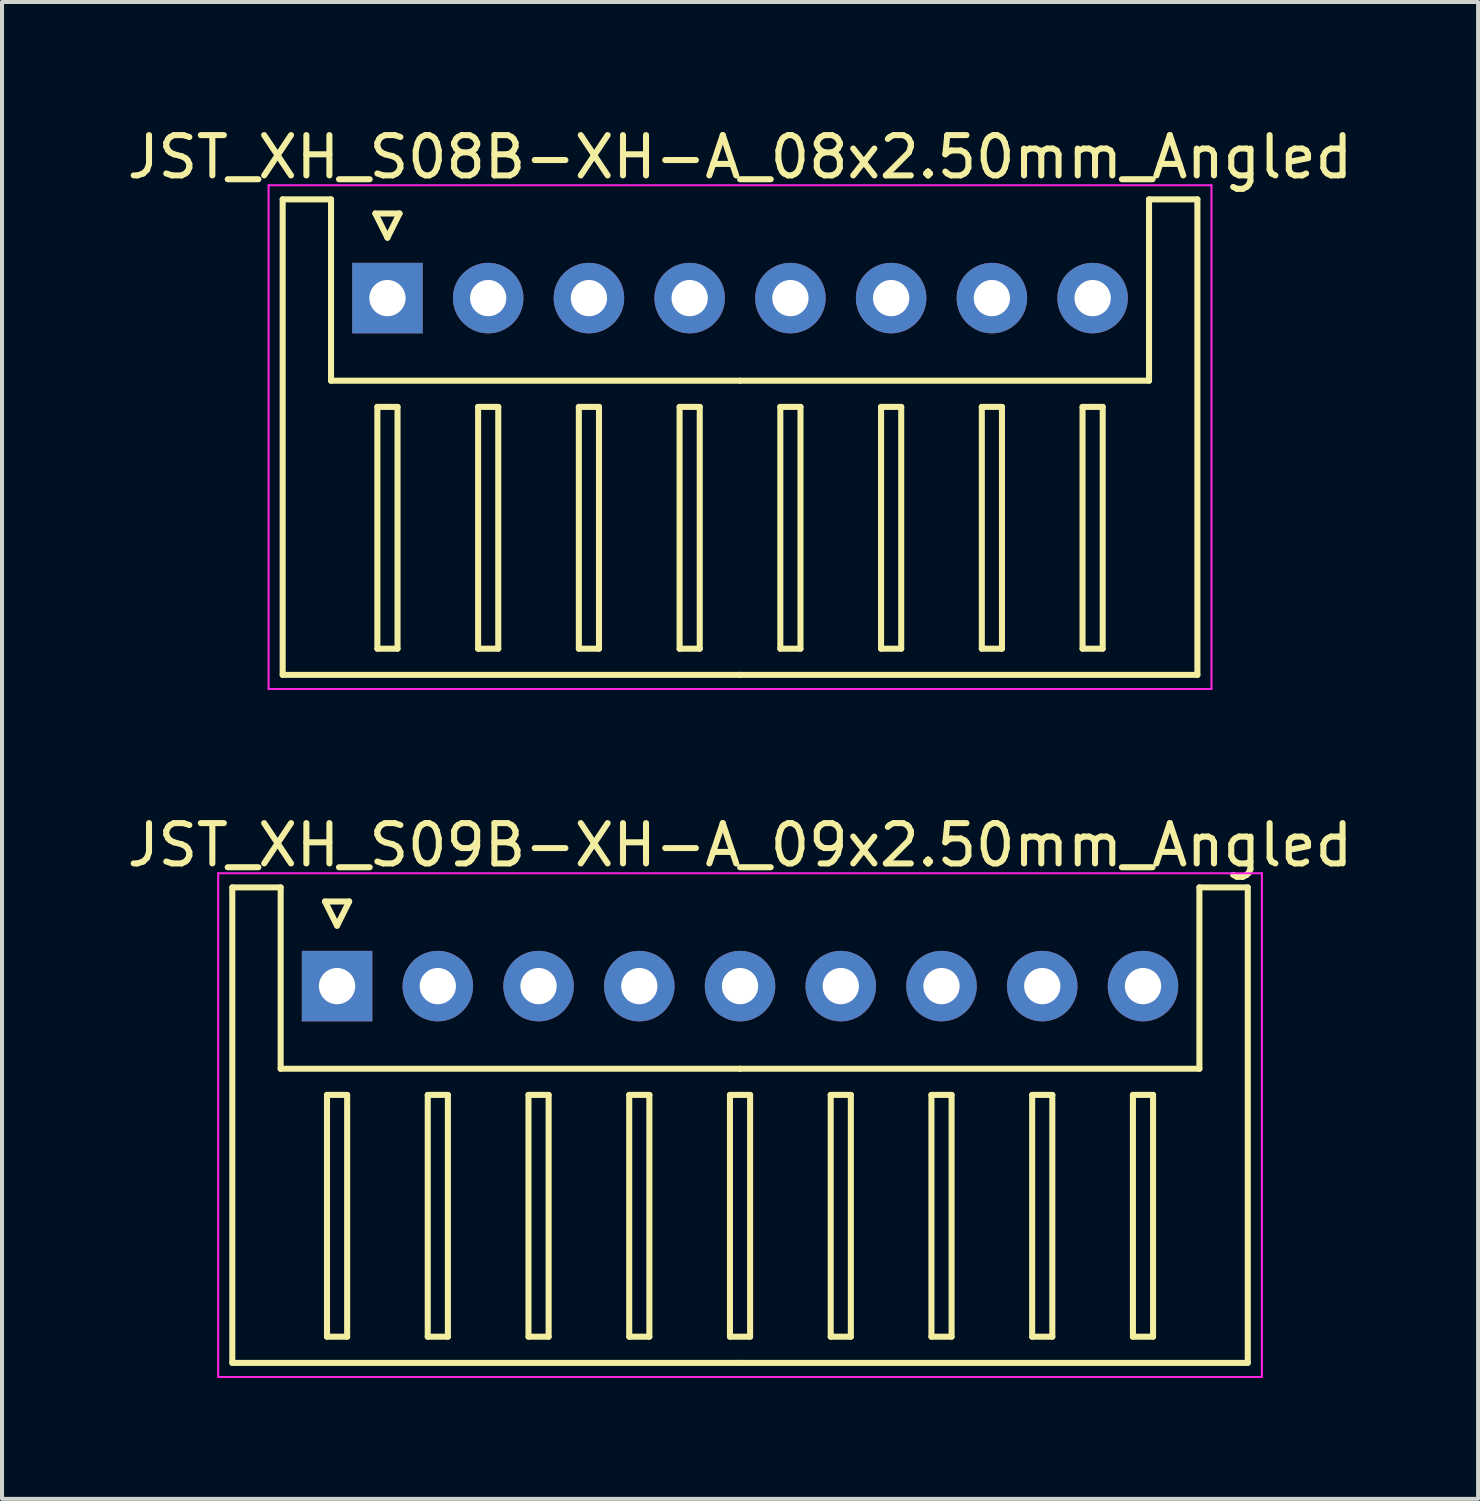
<source format=kicad_pcb>
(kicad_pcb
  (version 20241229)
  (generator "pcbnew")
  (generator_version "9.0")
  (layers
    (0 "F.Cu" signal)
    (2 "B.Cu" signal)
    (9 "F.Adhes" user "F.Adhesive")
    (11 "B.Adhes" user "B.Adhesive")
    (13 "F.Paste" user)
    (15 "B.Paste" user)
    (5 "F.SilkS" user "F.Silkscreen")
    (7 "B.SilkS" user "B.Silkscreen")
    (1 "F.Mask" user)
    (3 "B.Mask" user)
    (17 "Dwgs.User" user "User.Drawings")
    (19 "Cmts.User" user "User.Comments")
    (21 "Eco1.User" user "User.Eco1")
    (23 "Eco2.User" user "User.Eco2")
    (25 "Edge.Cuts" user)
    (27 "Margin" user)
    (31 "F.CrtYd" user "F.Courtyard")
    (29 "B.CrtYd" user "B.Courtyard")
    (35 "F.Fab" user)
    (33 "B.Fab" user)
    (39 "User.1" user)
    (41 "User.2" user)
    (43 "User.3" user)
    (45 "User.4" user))
  (footprint "JST_XH_S09B-XH-A_09x2.50mm_Angled"
    (layer "F.Cu")
    (at 5.315 21.422)
    (property "Reference" "JST_XH_S09B-XH-A_09x2.50mm_Angled" (at 10 -3.5 0) (layer "F.SilkS") (effects (font (size 1 1) (thickness 0.15))))
    (attr through_hole)
    (fp_line (start -2.6 -2.45) (end -1.4 -2.45) (stroke (width 0.15) (type solid)) (layer "F.SilkS"))
    (fp_line (start -2.6 9.35) (end -2.6 -2.45) (stroke (width 0.15) (type solid)) (layer "F.SilkS"))
    (fp_line (start -1.4 -2.45) (end -1.4 2.05) (stroke (width 0.15) (type solid)) (layer "F.SilkS"))
    (fp_line (start -1.4 2.05) (end 10 2.05) (stroke (width 0.15) (type solid)) (layer "F.SilkS"))
    (fp_line (start -0.3 -2.1) (end 0.3 -2.1) (stroke (width 0.15) (type solid)) (layer "F.SilkS"))
    (fp_line (start -0.25 2.7) (end -0.25 8.7) (stroke (width 0.15) (type solid)) (layer "F.SilkS"))
    (fp_line (start -0.25 8.7) (end 0.25 8.7) (stroke (width 0.15) (type solid)) (layer "F.SilkS"))
    (fp_line (start 0 -1.5) (end -0.3 -2.1) (stroke (width 0.15) (type solid)) (layer "F.SilkS"))
    (fp_line (start 0.25 2.7) (end -0.25 2.7) (stroke (width 0.15) (type solid)) (layer "F.SilkS"))
    (fp_line (start 0.25 8.7) (end 0.25 2.7) (stroke (width 0.15) (type solid)) (layer "F.SilkS"))
    (fp_line (start 0.3 -2.1) (end 0 -1.5) (stroke (width 0.15) (type solid)) (layer "F.SilkS"))
    (fp_line (start 2.25 2.7) (end 2.25 8.7) (stroke (width 0.15) (type solid)) (layer "F.SilkS"))
    (fp_line (start 2.25 8.7) (end 2.75 8.7) (stroke (width 0.15) (type solid)) (layer "F.SilkS"))
    (fp_line (start 2.75 2.7) (end 2.25 2.7) (stroke (width 0.15) (type solid)) (layer "F.SilkS"))
    (fp_line (start 2.75 8.7) (end 2.75 2.7) (stroke (width 0.15) (type solid)) (layer "F.SilkS"))
    (fp_line (start 4.75 2.7) (end 4.75 8.7) (stroke (width 0.15) (type solid)) (layer "F.SilkS"))
    (fp_line (start 4.75 8.7) (end 5.25 8.7) (stroke (width 0.15) (type solid)) (layer "F.SilkS"))
    (fp_line (start 5.25 2.7) (end 4.75 2.7) (stroke (width 0.15) (type solid)) (layer "F.SilkS"))
    (fp_line (start 5.25 8.7) (end 5.25 2.7) (stroke (width 0.15) (type solid)) (layer "F.SilkS"))
    (fp_line (start 7.25 2.7) (end 7.25 8.7) (stroke (width 0.15) (type solid)) (layer "F.SilkS"))
    (fp_line (start 7.25 8.7) (end 7.75 8.7) (stroke (width 0.15) (type solid)) (layer "F.SilkS"))
    (fp_line (start 7.75 2.7) (end 7.25 2.7) (stroke (width 0.15) (type solid)) (layer "F.SilkS"))
    (fp_line (start 7.75 8.7) (end 7.75 2.7) (stroke (width 0.15) (type solid)) (layer "F.SilkS"))
    (fp_line (start 9.75 2.7) (end 9.75 8.7) (stroke (width 0.15) (type solid)) (layer "F.SilkS"))
    (fp_line (start 9.75 8.7) (end 10.25 8.7) (stroke (width 0.15) (type solid)) (layer "F.SilkS"))
    (fp_line (start 10 9.35) (end -2.6 9.35) (stroke (width 0.15) (type solid)) (layer "F.SilkS"))
    (fp_line (start 10 9.35) (end 22.6 9.35) (stroke (width 0.15) (type solid)) (layer "F.SilkS"))
    (fp_line (start 10.25 2.7) (end 9.75 2.7) (stroke (width 0.15) (type solid)) (layer "F.SilkS"))
    (fp_line (start 10.25 8.7) (end 10.25 2.7) (stroke (width 0.15) (type solid)) (layer "F.SilkS"))
    (fp_line (start 12.25 2.7) (end 12.25 8.7) (stroke (width 0.15) (type solid)) (layer "F.SilkS"))
    (fp_line (start 12.25 8.7) (end 12.75 8.7) (stroke (width 0.15) (type solid)) (layer "F.SilkS"))
    (fp_line (start 12.75 2.7) (end 12.25 2.7) (stroke (width 0.15) (type solid)) (layer "F.SilkS"))
    (fp_line (start 12.75 8.7) (end 12.75 2.7) (stroke (width 0.15) (type solid)) (layer "F.SilkS"))
    (fp_line (start 14.75 2.7) (end 14.75 8.7) (stroke (width 0.15) (type solid)) (layer "F.SilkS"))
    (fp_line (start 14.75 8.7) (end 15.25 8.7) (stroke (width 0.15) (type solid)) (layer "F.SilkS"))
    (fp_line (start 15.25 2.7) (end 14.75 2.7) (stroke (width 0.15) (type solid)) (layer "F.SilkS"))
    (fp_line (start 15.25 8.7) (end 15.25 2.7) (stroke (width 0.15) (type solid)) (layer "F.SilkS"))
    (fp_line (start 17.25 2.7) (end 17.25 8.7) (stroke (width 0.15) (type solid)) (layer "F.SilkS"))
    (fp_line (start 17.25 8.7) (end 17.75 8.7) (stroke (width 0.15) (type solid)) (layer "F.SilkS"))
    (fp_line (start 17.75 2.7) (end 17.25 2.7) (stroke (width 0.15) (type solid)) (layer "F.SilkS"))
    (fp_line (start 17.75 8.7) (end 17.75 2.7) (stroke (width 0.15) (type solid)) (layer "F.SilkS"))
    (fp_line (start 19.75 2.7) (end 19.75 8.7) (stroke (width 0.15) (type solid)) (layer "F.SilkS"))
    (fp_line (start 19.75 8.7) (end 20.25 8.7) (stroke (width 0.15) (type solid)) (layer "F.SilkS"))
    (fp_line (start 20.25 2.7) (end 19.75 2.7) (stroke (width 0.15) (type solid)) (layer "F.SilkS"))
    (fp_line (start 20.25 8.7) (end 20.25 2.7) (stroke (width 0.15) (type solid)) (layer "F.SilkS"))
    (fp_line (start 21.4 -2.45) (end 21.4 2.05) (stroke (width 0.15) (type solid)) (layer "F.SilkS"))
    (fp_line (start 21.4 2.05) (end 10 2.05) (stroke (width 0.15) (type solid)) (layer "F.SilkS"))
    (fp_line (start 22.6 -2.45) (end 21.4 -2.45) (stroke (width 0.15) (type solid)) (layer "F.SilkS"))
    (fp_line (start 22.6 9.35) (end 22.6 -2.45) (stroke (width 0.15) (type solid)) (layer "F.SilkS"))
    (fp_line (start -2.95 -2.8) (end -2.95 9.7) (stroke (width 0.05) (type solid)) (layer "F.CrtYd"))
    (fp_line (start -2.95 9.7) (end 22.95 9.7) (stroke (width 0.05) (type solid)) (layer "F.CrtYd"))
    (fp_line (start 22.95 -2.8) (end -2.95 -2.8) (stroke (width 0.05) (type solid)) (layer "F.CrtYd"))
    (fp_line (start 22.95 9.7) (end 22.95 -2.8) (stroke (width 0.05) (type solid)) (layer "F.CrtYd"))
    (pad "1" thru_hole rect (at 0 0) (size 1.75 1.75) (drill 0.9) (layers "*.Cu" "*.Mask"))
    (pad "2" thru_hole circle (at 2.5 0) (size 1.75 1.75) (drill 0.9) (layers "*.Cu" "*.Mask"))
    (pad "3" thru_hole circle (at 5 0) (size 1.75 1.75) (drill 0.9) (layers "*.Cu" "*.Mask"))
    (pad "4" thru_hole circle (at 7.5 0) (size 1.75 1.75) (drill 0.9) (layers "*.Cu" "*.Mask"))
    (pad "5" thru_hole circle (at 10 0) (size 1.75 1.75) (drill 0.9) (layers "*.Cu" "*.Mask"))
    (pad "6" thru_hole circle (at 12.5 0) (size 1.75 1.75) (drill 0.9) (layers "*.Cu" "*.Mask"))
    (pad "7" thru_hole circle (at 15 0) (size 1.75 1.75) (drill 0.9) (layers "*.Cu" "*.Mask"))
    (pad "8" thru_hole circle (at 17.5 0) (size 1.75 1.75) (drill 0.9) (layers "*.Cu" "*.Mask"))
    (pad "9" thru_hole circle (at 20 0) (size 1.75 1.75) (drill 0.9) (layers "*.Cu" "*.Mask")))
  (footprint "JST_XH_S08B-XH-A_08x2.50mm_Angled"
    (layer "F.Cu")
    (at 6.565 4.348)
    (property "Reference" "JST_XH_S08B-XH-A_08x2.50mm_Angled" (at 8.75 -3.5 0) (layer "F.SilkS") (effects (font (size 1 1) (thickness 0.15))))
    (attr through_hole)
    (fp_line (start -2.6 -2.45) (end -1.4 -2.45) (stroke (width 0.15) (type solid)) (layer "F.SilkS"))
    (fp_line (start -2.6 9.35) (end -2.6 -2.45) (stroke (width 0.15) (type solid)) (layer "F.SilkS"))
    (fp_line (start -1.4 -2.45) (end -1.4 2.05) (stroke (width 0.15) (type solid)) (layer "F.SilkS"))
    (fp_line (start -1.4 2.05) (end 8.75 2.05) (stroke (width 0.15) (type solid)) (layer "F.SilkS"))
    (fp_line (start -0.3 -2.1) (end 0.3 -2.1) (stroke (width 0.15) (type solid)) (layer "F.SilkS"))
    (fp_line (start -0.25 2.7) (end -0.25 8.7) (stroke (width 0.15) (type solid)) (layer "F.SilkS"))
    (fp_line (start -0.25 8.7) (end 0.25 8.7) (stroke (width 0.15) (type solid)) (layer "F.SilkS"))
    (fp_line (start 0 -1.5) (end -0.3 -2.1) (stroke (width 0.15) (type solid)) (layer "F.SilkS"))
    (fp_line (start 0.25 2.7) (end -0.25 2.7) (stroke (width 0.15) (type solid)) (layer "F.SilkS"))
    (fp_line (start 0.25 8.7) (end 0.25 2.7) (stroke (width 0.15) (type solid)) (layer "F.SilkS"))
    (fp_line (start 0.3 -2.1) (end 0 -1.5) (stroke (width 0.15) (type solid)) (layer "F.SilkS"))
    (fp_line (start 2.25 2.7) (end 2.25 8.7) (stroke (width 0.15) (type solid)) (layer "F.SilkS"))
    (fp_line (start 2.25 8.7) (end 2.75 8.7) (stroke (width 0.15) (type solid)) (layer "F.SilkS"))
    (fp_line (start 2.75 2.7) (end 2.25 2.7) (stroke (width 0.15) (type solid)) (layer "F.SilkS"))
    (fp_line (start 2.75 8.7) (end 2.75 2.7) (stroke (width 0.15) (type solid)) (layer "F.SilkS"))
    (fp_line (start 4.75 2.7) (end 4.75 8.7) (stroke (width 0.15) (type solid)) (layer "F.SilkS"))
    (fp_line (start 4.75 8.7) (end 5.25 8.7) (stroke (width 0.15) (type solid)) (layer "F.SilkS"))
    (fp_line (start 5.25 2.7) (end 4.75 2.7) (stroke (width 0.15) (type solid)) (layer "F.SilkS"))
    (fp_line (start 5.25 8.7) (end 5.25 2.7) (stroke (width 0.15) (type solid)) (layer "F.SilkS"))
    (fp_line (start 7.25 2.7) (end 7.25 8.7) (stroke (width 0.15) (type solid)) (layer "F.SilkS"))
    (fp_line (start 7.25 8.7) (end 7.75 8.7) (stroke (width 0.15) (type solid)) (layer "F.SilkS"))
    (fp_line (start 7.75 2.7) (end 7.25 2.7) (stroke (width 0.15) (type solid)) (layer "F.SilkS"))
    (fp_line (start 7.75 8.7) (end 7.75 2.7) (stroke (width 0.15) (type solid)) (layer "F.SilkS"))
    (fp_line (start 8.75 9.35) (end -2.6 9.35) (stroke (width 0.15) (type solid)) (layer "F.SilkS"))
    (fp_line (start 8.75 9.35) (end 20.1 9.35) (stroke (width 0.15) (type solid)) (layer "F.SilkS"))
    (fp_line (start 9.75 2.7) (end 9.75 8.7) (stroke (width 0.15) (type solid)) (layer "F.SilkS"))
    (fp_line (start 9.75 8.7) (end 10.25 8.7) (stroke (width 0.15) (type solid)) (layer "F.SilkS"))
    (fp_line (start 10.25 2.7) (end 9.75 2.7) (stroke (width 0.15) (type solid)) (layer "F.SilkS"))
    (fp_line (start 10.25 8.7) (end 10.25 2.7) (stroke (width 0.15) (type solid)) (layer "F.SilkS"))
    (fp_line (start 12.25 2.7) (end 12.25 8.7) (stroke (width 0.15) (type solid)) (layer "F.SilkS"))
    (fp_line (start 12.25 8.7) (end 12.75 8.7) (stroke (width 0.15) (type solid)) (layer "F.SilkS"))
    (fp_line (start 12.75 2.7) (end 12.25 2.7) (stroke (width 0.15) (type solid)) (layer "F.SilkS"))
    (fp_line (start 12.75 8.7) (end 12.75 2.7) (stroke (width 0.15) (type solid)) (layer "F.SilkS"))
    (fp_line (start 14.75 2.7) (end 14.75 8.7) (stroke (width 0.15) (type solid)) (layer "F.SilkS"))
    (fp_line (start 14.75 8.7) (end 15.25 8.7) (stroke (width 0.15) (type solid)) (layer "F.SilkS"))
    (fp_line (start 15.25 2.7) (end 14.75 2.7) (stroke (width 0.15) (type solid)) (layer "F.SilkS"))
    (fp_line (start 15.25 8.7) (end 15.25 2.7) (stroke (width 0.15) (type solid)) (layer "F.SilkS"))
    (fp_line (start 17.25 2.7) (end 17.25 8.7) (stroke (width 0.15) (type solid)) (layer "F.SilkS"))
    (fp_line (start 17.25 8.7) (end 17.75 8.7) (stroke (width 0.15) (type solid)) (layer "F.SilkS"))
    (fp_line (start 17.75 2.7) (end 17.25 2.7) (stroke (width 0.15) (type solid)) (layer "F.SilkS"))
    (fp_line (start 17.75 8.7) (end 17.75 2.7) (stroke (width 0.15) (type solid)) (layer "F.SilkS"))
    (fp_line (start 18.9 -2.45) (end 18.9 2.05) (stroke (width 0.15) (type solid)) (layer "F.SilkS"))
    (fp_line (start 18.9 2.05) (end 8.75 2.05) (stroke (width 0.15) (type solid)) (layer "F.SilkS"))
    (fp_line (start 20.1 -2.45) (end 18.9 -2.45) (stroke (width 0.15) (type solid)) (layer "F.SilkS"))
    (fp_line (start 20.1 9.35) (end 20.1 -2.45) (stroke (width 0.15) (type solid)) (layer "F.SilkS"))
    (fp_line (start -2.95 -2.8) (end -2.95 9.7) (stroke (width 0.05) (type solid)) (layer "F.CrtYd"))
    (fp_line (start -2.95 9.7) (end 20.45 9.7) (stroke (width 0.05) (type solid)) (layer "F.CrtYd"))
    (fp_line (start 20.45 -2.8) (end -2.95 -2.8) (stroke (width 0.05) (type solid)) (layer "F.CrtYd"))
    (fp_line (start 20.45 9.7) (end 20.45 -2.8) (stroke (width 0.05) (type solid)) (layer "F.CrtYd"))
    (pad "1" thru_hole rect (at 0 0) (size 1.75 1.75) (drill 0.9) (layers "*.Cu" "*.Mask"))
    (pad "2" thru_hole circle (at 2.5 0) (size 1.75 1.75) (drill 0.9) (layers "*.Cu" "*.Mask"))
    (pad "3" thru_hole circle (at 5 0) (size 1.75 1.75) (drill 0.9) (layers "*.Cu" "*.Mask"))
    (pad "4" thru_hole circle (at 7.5 0) (size 1.75 1.75) (drill 0.9) (layers "*.Cu" "*.Mask"))
    (pad "5" thru_hole circle (at 10 0) (size 1.75 1.75) (drill 0.9) (layers "*.Cu" "*.Mask"))
    (pad "6" thru_hole circle (at 12.5 0) (size 1.75 1.75) (drill 0.9) (layers "*.Cu" "*.Mask"))
    (pad "7" thru_hole circle (at 15 0) (size 1.75 1.75) (drill 0.9) (layers "*.Cu" "*.Mask"))
    (pad "8" thru_hole circle (at 17.5 0) (size 1.75 1.75) (drill 0.9) (layers "*.Cu" "*.Mask")))
  (gr_rect
    (start -3 -3)
    (end 33.631 34.147)
    (stroke (width 0.1) (type default))
    (fill no)
    (layer "Edge.Cuts")))
</source>
